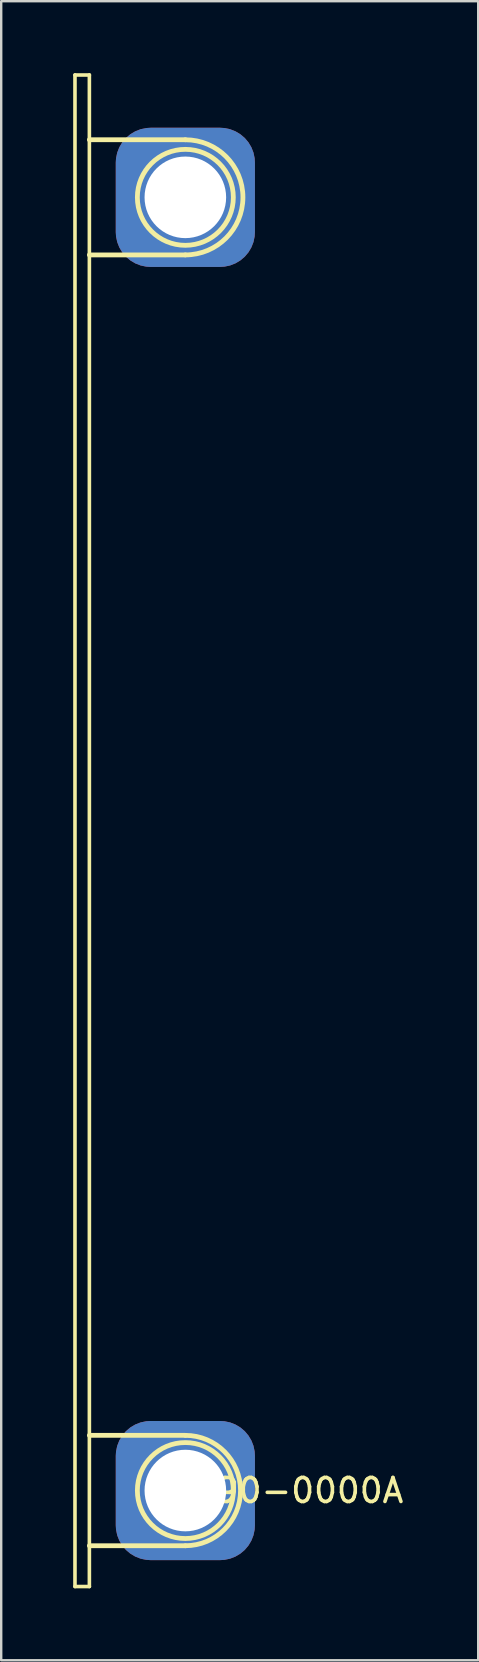
<source format=kicad_pcb>
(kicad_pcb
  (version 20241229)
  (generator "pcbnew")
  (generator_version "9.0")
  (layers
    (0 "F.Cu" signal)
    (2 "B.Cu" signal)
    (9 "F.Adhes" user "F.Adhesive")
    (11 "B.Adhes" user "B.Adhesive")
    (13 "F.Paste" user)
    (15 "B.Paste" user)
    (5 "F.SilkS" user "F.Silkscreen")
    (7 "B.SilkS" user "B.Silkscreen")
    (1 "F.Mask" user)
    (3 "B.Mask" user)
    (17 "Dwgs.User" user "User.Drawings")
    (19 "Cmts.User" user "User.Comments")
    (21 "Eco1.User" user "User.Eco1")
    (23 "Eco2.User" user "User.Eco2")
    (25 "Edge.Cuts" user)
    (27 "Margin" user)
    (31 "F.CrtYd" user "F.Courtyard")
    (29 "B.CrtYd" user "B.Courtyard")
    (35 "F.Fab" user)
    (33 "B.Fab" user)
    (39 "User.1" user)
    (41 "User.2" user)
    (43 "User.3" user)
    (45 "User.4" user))
  (footprint "9B90-0000A"
    (layer "F.Cu")
    (at 4.675 59.075)
    (property "Reference" "9B90-0000A" (at 4.2 0 0) (layer "F.SilkS") (effects (font (size 1 1) (thickness 0.15))))
    (attr through_hole)
    (fp_line (start -4.6 -59) (end -4 -59) (stroke (width 0.15) (type solid)) (layer "F.SilkS"))
    (fp_line (start -4.6 4) (end -4.6 -59) (stroke (width 0.15) (type solid)) (layer "F.SilkS"))
    (fp_line (start -4 -59) (end -4 4) (stroke (width 0.15) (type solid)) (layer "F.SilkS"))
    (fp_line (start -4 4) (end -4.6 4) (stroke (width 0.15) (type solid)) (layer "F.SilkS"))
    (fp_line (start 0 -56.3) (end -4 -56.3) (stroke (width 0.2) (type solid)) (layer "F.SilkS"))
    (fp_line (start 0 -51.5) (end -4 -51.5) (stroke (width 0.2) (type solid)) (layer "F.SilkS"))
    (fp_line (start 0 -2.3) (end -4 -2.3) (stroke (width 0.2) (type solid)) (layer "F.SilkS"))
    (fp_line (start 0 2.3) (end -4 2.3) (stroke (width 0.2) (type solid)) (layer "F.SilkS"))
    (fp_arc (start 0 -56.3) (mid 2.4 -53.9) (end 0 -51.5) (stroke (width 0.2) (type solid)) (layer "F.SilkS"))
    (fp_arc (start 0 -2.3) (mid 2.3 0) (end 0 2.3) (stroke (width 0.2) (type solid)) (layer "F.SilkS"))
    (fp_circle (center 0 -53.9) (end 2 -53.9) (stroke (width 0.2) (type solid)) (fill no) (layer "F.SilkS"))
    (fp_circle (center 0 0) (end 2 0) (stroke (width 0.2) (type solid)) (fill no) (layer "F.SilkS"))
    (pad "1" thru_hole roundrect (at 0 -53.9) (size 5.8 5.8) (drill 3.4) (layers "*.Cu" "*.Mask") (roundrect_rratio 0.25))
    (pad "2" thru_hole roundrect (at 0 0) (size 5.8 5.8) (drill 3.4) (layers "*.Cu" "*.Mask") (roundrect_rratio 0.25)))
  (gr_rect
    (start -3 -3)
    (end 16.881 66.15)
    (stroke (width 0.1) (type default))
    (fill no)
    (layer "Edge.Cuts")))
</source>
